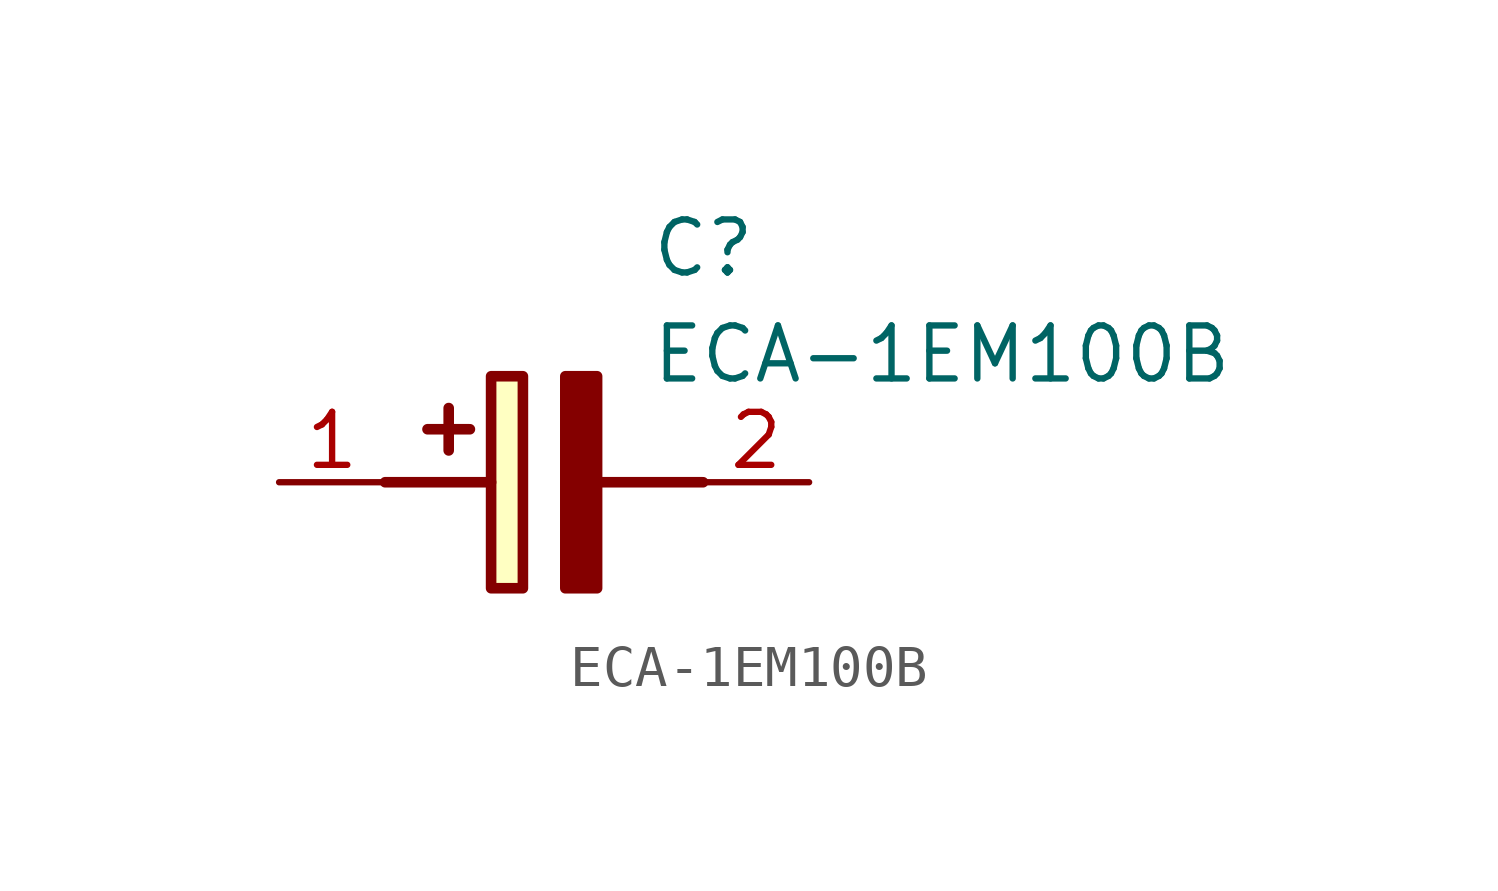
<source format=kicad_sym>
(kicad_symbol_lib
  (version 20211014)
  (generator SamacSys_ECAD_Model)
  (symbol "ECA-1EM100B"
    (pin_names hide)
    (property "Reference" "C"
      (at 8.89 6.35 0)
      (effects (font (size 1.27 1.27)) (justify left top)))
    (property "Value" "ECA-1EM100B"
      (at 8.89 3.81 0)
      (effects (font (size 1.27 1.27)) (justify left top)))
    (rectangle
      (start 5.08 2.54)
      (end 5.842 -2.54)
      (stroke (width 0.254) (type default))
      (fill (type background)))
    (polyline
      (pts (xy 4.572 1.27) (xy 3.556 1.27))
      (stroke (width 0.254) (type default))
      (fill (type none)))
    (polyline
      (pts (xy 4.064 1.778) (xy 4.064 0.762))
      (stroke (width 0.254) (type default))
      (fill (type none)))
    (polyline
      (pts (xy 2.54 0) (xy 5.08 0))
      (stroke (width 0.254) (type default))
      (fill (type none)))
    (polyline
      (pts (xy 7.62 0) (xy 10.16 0))
      (stroke (width 0.254) (type default))
      (fill (type none)))
    (polyline
      (pts (xy 7.62 2.54) (xy 7.62 -2.54) (xy 6.858 -2.54) (xy 6.858 2.54) (xy 7.62 2.54))
      (stroke (width 0.254) (type default))
      (fill (type outline)))
    (pin passive line
      (at 0 0 0)
      (length 2.54)
      (name "+" (effects (font (size 1.27 1.27))))
      (number "1" (effects (font (size 1.27 1.27)))))
    (pin passive line
      (at 12.7 0 180)
      (length 2.54)
      (name "-" (effects (font (size 1.27 1.27))))
      (number "2" (effects (font (size 1.27 1.27)))))))
</source>
